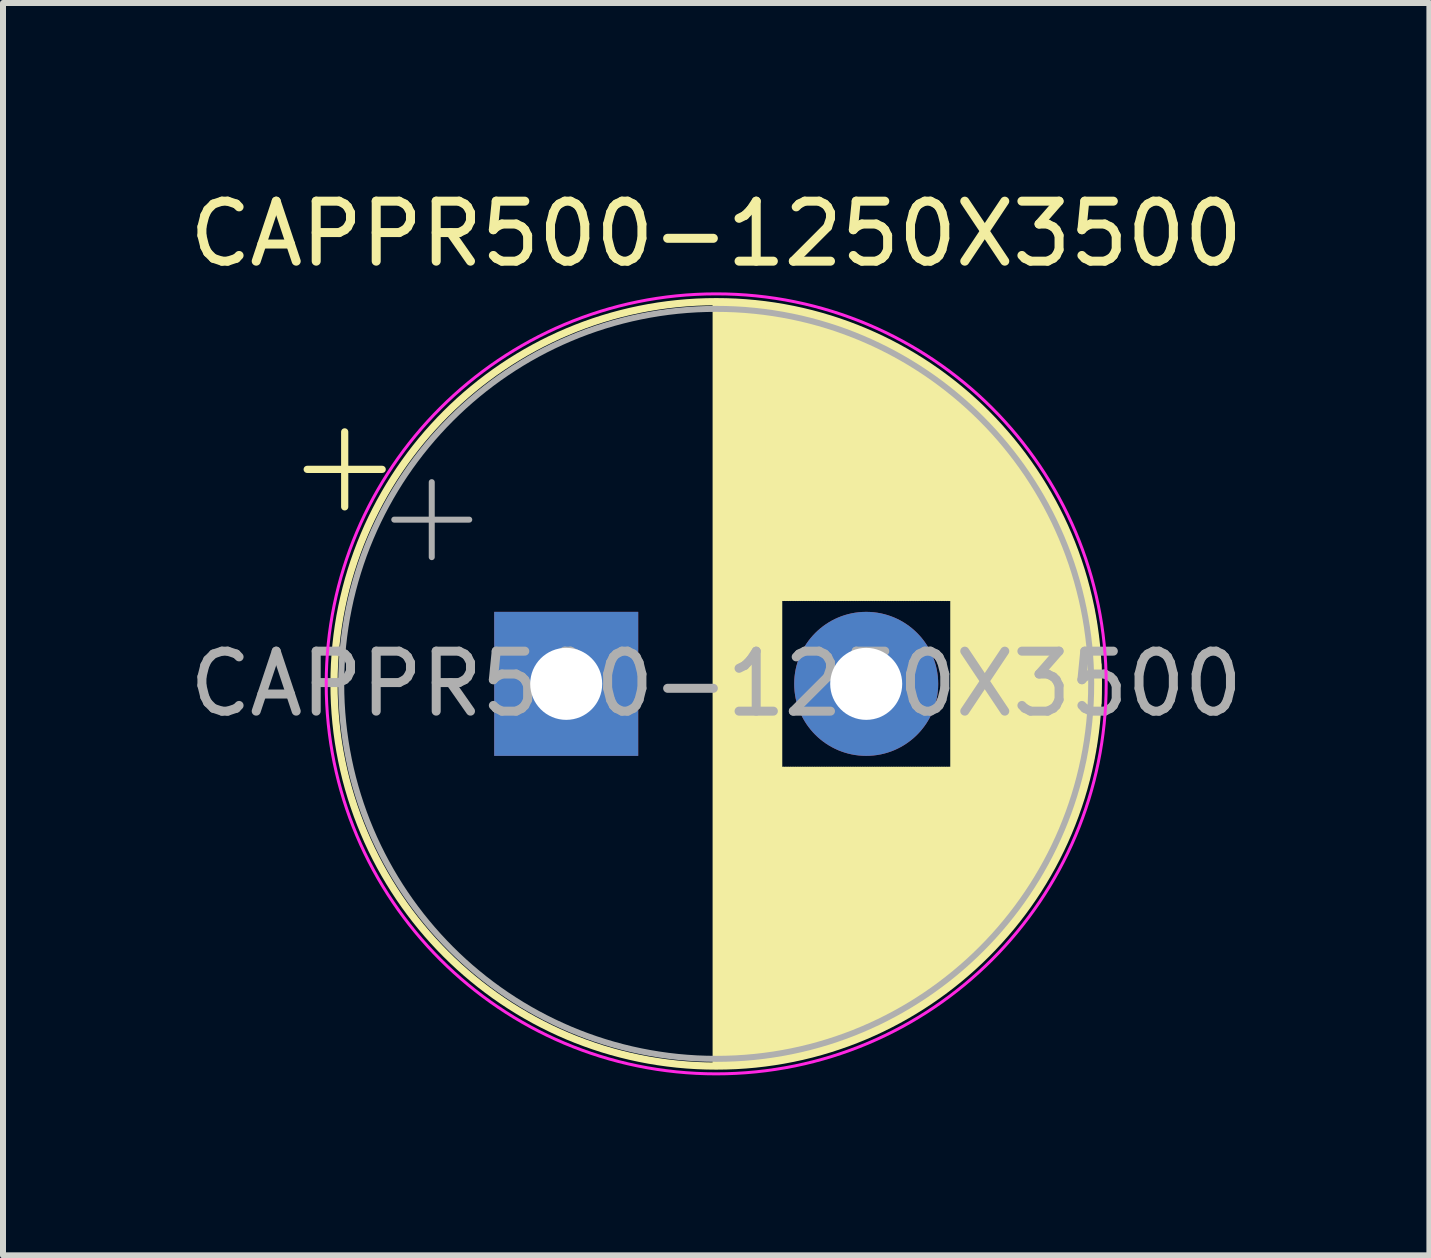
<source format=kicad_pcb>
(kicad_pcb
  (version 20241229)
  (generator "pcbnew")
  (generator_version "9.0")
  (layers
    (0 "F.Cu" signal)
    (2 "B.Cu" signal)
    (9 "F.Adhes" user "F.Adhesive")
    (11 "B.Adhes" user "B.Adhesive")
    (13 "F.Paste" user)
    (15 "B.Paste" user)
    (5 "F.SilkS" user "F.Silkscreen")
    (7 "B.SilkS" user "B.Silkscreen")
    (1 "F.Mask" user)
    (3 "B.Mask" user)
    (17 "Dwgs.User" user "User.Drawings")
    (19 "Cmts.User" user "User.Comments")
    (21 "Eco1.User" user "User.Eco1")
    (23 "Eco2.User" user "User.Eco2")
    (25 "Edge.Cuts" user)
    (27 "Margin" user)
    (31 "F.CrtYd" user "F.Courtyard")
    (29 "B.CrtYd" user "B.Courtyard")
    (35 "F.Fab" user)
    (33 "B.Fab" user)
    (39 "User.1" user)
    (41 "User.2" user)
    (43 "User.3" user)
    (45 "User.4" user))
  (footprint "CAPPR500-1250X3500"
    (layer "F.Cu")
    (at 6.387 8.348)
    (property "Reference" "CAPPR500-1250X3500" (at 2.5 -7.5 0) (layer "F.SilkS") (effects (font (size 1 1) (thickness 0.15))))
    (attr through_hole)
    (fp_line (start -4.317 -3.575) (end -3.067 -3.575) (stroke (width 0.12) (type solid)) (layer "F.SilkS"))
    (fp_line (start -3.692 -4.2) (end -3.692 -2.95) (stroke (width 0.12) (type solid)) (layer "F.SilkS"))
    (fp_line (start 2.5 -6.33) (end 2.5 6.33) (stroke (width 0.12) (type solid)) (layer "F.SilkS"))
    (fp_line (start 2.54 -6.33) (end 2.54 6.33) (stroke (width 0.12) (type solid)) (layer "F.SilkS"))
    (fp_line (start 2.58 -6.33) (end 2.58 6.33) (stroke (width 0.12) (type solid)) (layer "F.SilkS"))
    (fp_line (start 2.62 -6.329) (end 2.62 6.329) (stroke (width 0.12) (type solid)) (layer "F.SilkS"))
    (fp_line (start 2.66 -6.328) (end 2.66 6.328) (stroke (width 0.12) (type solid)) (layer "F.SilkS"))
    (fp_line (start 2.7 -6.327) (end 2.7 6.327) (stroke (width 0.12) (type solid)) (layer "F.SilkS"))
    (fp_line (start 2.74 -6.326) (end 2.74 6.326) (stroke (width 0.12) (type solid)) (layer "F.SilkS"))
    (fp_line (start 2.78 -6.324) (end 2.78 6.324) (stroke (width 0.12) (type solid)) (layer "F.SilkS"))
    (fp_line (start 2.82 -6.322) (end 2.82 6.322) (stroke (width 0.12) (type solid)) (layer "F.SilkS"))
    (fp_line (start 2.86 -6.32) (end 2.86 6.32) (stroke (width 0.12) (type solid)) (layer "F.SilkS"))
    (fp_line (start 2.9 -6.318) (end 2.9 6.318) (stroke (width 0.12) (type solid)) (layer "F.SilkS"))
    (fp_line (start 2.94 -6.315) (end 2.94 6.315) (stroke (width 0.12) (type solid)) (layer "F.SilkS"))
    (fp_line (start 2.98 -6.312) (end 2.98 6.312) (stroke (width 0.12) (type solid)) (layer "F.SilkS"))
    (fp_line (start 3.02 -6.309) (end 3.02 6.309) (stroke (width 0.12) (type solid)) (layer "F.SilkS"))
    (fp_line (start 3.06 -6.306) (end 3.06 6.306) (stroke (width 0.12) (type solid)) (layer "F.SilkS"))
    (fp_line (start 3.1 -6.302) (end 3.1 6.302) (stroke (width 0.12) (type solid)) (layer "F.SilkS"))
    (fp_line (start 3.14 -6.298) (end 3.14 6.298) (stroke (width 0.12) (type solid)) (layer "F.SilkS"))
    (fp_line (start 3.18 -6.294) (end 3.18 6.294) (stroke (width 0.12) (type solid)) (layer "F.SilkS"))
    (fp_line (start 3.221 -6.29) (end 3.221 6.29) (stroke (width 0.12) (type solid)) (layer "F.SilkS"))
    (fp_line (start 3.261 -6.285) (end 3.261 6.285) (stroke (width 0.12) (type solid)) (layer "F.SilkS"))
    (fp_line (start 3.301 -6.28) (end 3.301 6.28) (stroke (width 0.12) (type solid)) (layer "F.SilkS"))
    (fp_line (start 3.341 -6.275) (end 3.341 6.275) (stroke (width 0.12) (type solid)) (layer "F.SilkS"))
    (fp_line (start 3.381 -6.269) (end 3.381 6.269) (stroke (width 0.12) (type solid)) (layer "F.SilkS"))
    (fp_line (start 3.421 -6.264) (end 3.421 6.264) (stroke (width 0.12) (type solid)) (layer "F.SilkS"))
    (fp_line (start 3.461 -6.258) (end 3.461 6.258) (stroke (width 0.12) (type solid)) (layer "F.SilkS"))
    (fp_line (start 3.501 -6.252) (end 3.501 6.252) (stroke (width 0.12) (type solid)) (layer "F.SilkS"))
    (fp_line (start 3.541 -6.245) (end 3.541 6.245) (stroke (width 0.12) (type solid)) (layer "F.SilkS"))
    (fp_line (start 3.581 -6.238) (end 3.581 -1.44) (stroke (width 0.12) (type solid)) (layer "F.SilkS"))
    (fp_line (start 3.581 1.44) (end 3.581 6.238) (stroke (width 0.12) (type solid)) (layer "F.SilkS"))
    (fp_line (start 3.621 -6.231) (end 3.621 -1.44) (stroke (width 0.12) (type solid)) (layer "F.SilkS"))
    (fp_line (start 3.621 1.44) (end 3.621 6.231) (stroke (width 0.12) (type solid)) (layer "F.SilkS"))
    (fp_line (start 3.661 -6.224) (end 3.661 -1.44) (stroke (width 0.12) (type solid)) (layer "F.SilkS"))
    (fp_line (start 3.661 1.44) (end 3.661 6.224) (stroke (width 0.12) (type solid)) (layer "F.SilkS"))
    (fp_line (start 3.701 -6.216) (end 3.701 -1.44) (stroke (width 0.12) (type solid)) (layer "F.SilkS"))
    (fp_line (start 3.701 1.44) (end 3.701 6.216) (stroke (width 0.12) (type solid)) (layer "F.SilkS"))
    (fp_line (start 3.741 -6.209) (end 3.741 -1.44) (stroke (width 0.12) (type solid)) (layer "F.SilkS"))
    (fp_line (start 3.741 1.44) (end 3.741 6.209) (stroke (width 0.12) (type solid)) (layer "F.SilkS"))
    (fp_line (start 3.781 -6.201) (end 3.781 -1.44) (stroke (width 0.12) (type solid)) (layer "F.SilkS"))
    (fp_line (start 3.781 1.44) (end 3.781 6.201) (stroke (width 0.12) (type solid)) (layer "F.SilkS"))
    (fp_line (start 3.821 -6.192) (end 3.821 -1.44) (stroke (width 0.12) (type solid)) (layer "F.SilkS"))
    (fp_line (start 3.821 1.44) (end 3.821 6.192) (stroke (width 0.12) (type solid)) (layer "F.SilkS"))
    (fp_line (start 3.861 -6.184) (end 3.861 -1.44) (stroke (width 0.12) (type solid)) (layer "F.SilkS"))
    (fp_line (start 3.861 1.44) (end 3.861 6.184) (stroke (width 0.12) (type solid)) (layer "F.SilkS"))
    (fp_line (start 3.901 -6.175) (end 3.901 -1.44) (stroke (width 0.12) (type solid)) (layer "F.SilkS"))
    (fp_line (start 3.901 1.44) (end 3.901 6.175) (stroke (width 0.12) (type solid)) (layer "F.SilkS"))
    (fp_line (start 3.941 -6.166) (end 3.941 -1.44) (stroke (width 0.12) (type solid)) (layer "F.SilkS"))
    (fp_line (start 3.941 1.44) (end 3.941 6.166) (stroke (width 0.12) (type solid)) (layer "F.SilkS"))
    (fp_line (start 3.981 -6.156) (end 3.981 -1.44) (stroke (width 0.12) (type solid)) (layer "F.SilkS"))
    (fp_line (start 3.981 1.44) (end 3.981 6.156) (stroke (width 0.12) (type solid)) (layer "F.SilkS"))
    (fp_line (start 4.021 -6.146) (end 4.021 -1.44) (stroke (width 0.12) (type solid)) (layer "F.SilkS"))
    (fp_line (start 4.021 1.44) (end 4.021 6.146) (stroke (width 0.12) (type solid)) (layer "F.SilkS"))
    (fp_line (start 4.061 -6.137) (end 4.061 -1.44) (stroke (width 0.12) (type solid)) (layer "F.SilkS"))
    (fp_line (start 4.061 1.44) (end 4.061 6.137) (stroke (width 0.12) (type solid)) (layer "F.SilkS"))
    (fp_line (start 4.101 -6.126) (end 4.101 -1.44) (stroke (width 0.12) (type solid)) (layer "F.SilkS"))
    (fp_line (start 4.101 1.44) (end 4.101 6.126) (stroke (width 0.12) (type solid)) (layer "F.SilkS"))
    (fp_line (start 4.141 -6.116) (end 4.141 -1.44) (stroke (width 0.12) (type solid)) (layer "F.SilkS"))
    (fp_line (start 4.141 1.44) (end 4.141 6.116) (stroke (width 0.12) (type solid)) (layer "F.SilkS"))
    (fp_line (start 4.181 -6.105) (end 4.181 -1.44) (stroke (width 0.12) (type solid)) (layer "F.SilkS"))
    (fp_line (start 4.181 1.44) (end 4.181 6.105) (stroke (width 0.12) (type solid)) (layer "F.SilkS"))
    (fp_line (start 4.221 -6.094) (end 4.221 -1.44) (stroke (width 0.12) (type solid)) (layer "F.SilkS"))
    (fp_line (start 4.221 1.44) (end 4.221 6.094) (stroke (width 0.12) (type solid)) (layer "F.SilkS"))
    (fp_line (start 4.261 -6.083) (end 4.261 -1.44) (stroke (width 0.12) (type solid)) (layer "F.SilkS"))
    (fp_line (start 4.261 1.44) (end 4.261 6.083) (stroke (width 0.12) (type solid)) (layer "F.SilkS"))
    (fp_line (start 4.301 -6.071) (end 4.301 -1.44) (stroke (width 0.12) (type solid)) (layer "F.SilkS"))
    (fp_line (start 4.301 1.44) (end 4.301 6.071) (stroke (width 0.12) (type solid)) (layer "F.SilkS"))
    (fp_line (start 4.341 -6.059) (end 4.341 -1.44) (stroke (width 0.12) (type solid)) (layer "F.SilkS"))
    (fp_line (start 4.341 1.44) (end 4.341 6.059) (stroke (width 0.12) (type solid)) (layer "F.SilkS"))
    (fp_line (start 4.381 -6.047) (end 4.381 -1.44) (stroke (width 0.12) (type solid)) (layer "F.SilkS"))
    (fp_line (start 4.381 1.44) (end 4.381 6.047) (stroke (width 0.12) (type solid)) (layer "F.SilkS"))
    (fp_line (start 4.421 -6.034) (end 4.421 -1.44) (stroke (width 0.12) (type solid)) (layer "F.SilkS"))
    (fp_line (start 4.421 1.44) (end 4.421 6.034) (stroke (width 0.12) (type solid)) (layer "F.SilkS"))
    (fp_line (start 4.461 -6.021) (end 4.461 -1.44) (stroke (width 0.12) (type solid)) (layer "F.SilkS"))
    (fp_line (start 4.461 1.44) (end 4.461 6.021) (stroke (width 0.12) (type solid)) (layer "F.SilkS"))
    (fp_line (start 4.501 -6.008) (end 4.501 -1.44) (stroke (width 0.12) (type solid)) (layer "F.SilkS"))
    (fp_line (start 4.501 1.44) (end 4.501 6.008) (stroke (width 0.12) (type solid)) (layer "F.SilkS"))
    (fp_line (start 4.541 -5.995) (end 4.541 -1.44) (stroke (width 0.12) (type solid)) (layer "F.SilkS"))
    (fp_line (start 4.541 1.44) (end 4.541 5.995) (stroke (width 0.12) (type solid)) (layer "F.SilkS"))
    (fp_line (start 4.581 -5.981) (end 4.581 -1.44) (stroke (width 0.12) (type solid)) (layer "F.SilkS"))
    (fp_line (start 4.581 1.44) (end 4.581 5.981) (stroke (width 0.12) (type solid)) (layer "F.SilkS"))
    (fp_line (start 4.621 -5.967) (end 4.621 -1.44) (stroke (width 0.12) (type solid)) (layer "F.SilkS"))
    (fp_line (start 4.621 1.44) (end 4.621 5.967) (stroke (width 0.12) (type solid)) (layer "F.SilkS"))
    (fp_line (start 4.661 -5.953) (end 4.661 -1.44) (stroke (width 0.12) (type solid)) (layer "F.SilkS"))
    (fp_line (start 4.661 1.44) (end 4.661 5.953) (stroke (width 0.12) (type solid)) (layer "F.SilkS"))
    (fp_line (start 4.701 -5.939) (end 4.701 -1.44) (stroke (width 0.12) (type solid)) (layer "F.SilkS"))
    (fp_line (start 4.701 1.44) (end 4.701 5.939) (stroke (width 0.12) (type solid)) (layer "F.SilkS"))
    (fp_line (start 4.741 -5.924) (end 4.741 -1.44) (stroke (width 0.12) (type solid)) (layer "F.SilkS"))
    (fp_line (start 4.741 1.44) (end 4.741 5.924) (stroke (width 0.12) (type solid)) (layer "F.SilkS"))
    (fp_line (start 4.781 -5.908) (end 4.781 -1.44) (stroke (width 0.12) (type solid)) (layer "F.SilkS"))
    (fp_line (start 4.781 1.44) (end 4.781 5.908) (stroke (width 0.12) (type solid)) (layer "F.SilkS"))
    (fp_line (start 4.821 -5.893) (end 4.821 -1.44) (stroke (width 0.12) (type solid)) (layer "F.SilkS"))
    (fp_line (start 4.821 1.44) (end 4.821 5.893) (stroke (width 0.12) (type solid)) (layer "F.SilkS"))
    (fp_line (start 4.861 -5.877) (end 4.861 -1.44) (stroke (width 0.12) (type solid)) (layer "F.SilkS"))
    (fp_line (start 4.861 1.44) (end 4.861 5.877) (stroke (width 0.12) (type solid)) (layer "F.SilkS"))
    (fp_line (start 4.901 -5.861) (end 4.901 -1.44) (stroke (width 0.12) (type solid)) (layer "F.SilkS"))
    (fp_line (start 4.901 1.44) (end 4.901 5.861) (stroke (width 0.12) (type solid)) (layer "F.SilkS"))
    (fp_line (start 4.941 -5.845) (end 4.941 -1.44) (stroke (width 0.12) (type solid)) (layer "F.SilkS"))
    (fp_line (start 4.941 1.44) (end 4.941 5.845) (stroke (width 0.12) (type solid)) (layer "F.SilkS"))
    (fp_line (start 4.981 -5.828) (end 4.981 -1.44) (stroke (width 0.12) (type solid)) (layer "F.SilkS"))
    (fp_line (start 4.981 1.44) (end 4.981 5.828) (stroke (width 0.12) (type solid)) (layer "F.SilkS"))
    (fp_line (start 5.021 -5.811) (end 5.021 -1.44) (stroke (width 0.12) (type solid)) (layer "F.SilkS"))
    (fp_line (start 5.021 1.44) (end 5.021 5.811) (stroke (width 0.12) (type solid)) (layer "F.SilkS"))
    (fp_line (start 5.061 -5.793) (end 5.061 -1.44) (stroke (width 0.12) (type solid)) (layer "F.SilkS"))
    (fp_line (start 5.061 1.44) (end 5.061 5.793) (stroke (width 0.12) (type solid)) (layer "F.SilkS"))
    (fp_line (start 5.101 -5.776) (end 5.101 -1.44) (stroke (width 0.12) (type solid)) (layer "F.SilkS"))
    (fp_line (start 5.101 1.44) (end 5.101 5.776) (stroke (width 0.12) (type solid)) (layer "F.SilkS"))
    (fp_line (start 5.141 -5.758) (end 5.141 -1.44) (stroke (width 0.12) (type solid)) (layer "F.SilkS"))
    (fp_line (start 5.141 1.44) (end 5.141 5.758) (stroke (width 0.12) (type solid)) (layer "F.SilkS"))
    (fp_line (start 5.181 -5.739) (end 5.181 -1.44) (stroke (width 0.12) (type solid)) (layer "F.SilkS"))
    (fp_line (start 5.181 1.44) (end 5.181 5.739) (stroke (width 0.12) (type solid)) (layer "F.SilkS"))
    (fp_line (start 5.221 -5.721) (end 5.221 -1.44) (stroke (width 0.12) (type solid)) (layer "F.SilkS"))
    (fp_line (start 5.221 1.44) (end 5.221 5.721) (stroke (width 0.12) (type solid)) (layer "F.SilkS"))
    (fp_line (start 5.261 -5.702) (end 5.261 -1.44) (stroke (width 0.12) (type solid)) (layer "F.SilkS"))
    (fp_line (start 5.261 1.44) (end 5.261 5.702) (stroke (width 0.12) (type solid)) (layer "F.SilkS"))
    (fp_line (start 5.301 -5.682) (end 5.301 -1.44) (stroke (width 0.12) (type solid)) (layer "F.SilkS"))
    (fp_line (start 5.301 1.44) (end 5.301 5.682) (stroke (width 0.12) (type solid)) (layer "F.SilkS"))
    (fp_line (start 5.341 -5.662) (end 5.341 -1.44) (stroke (width 0.12) (type solid)) (layer "F.SilkS"))
    (fp_line (start 5.341 1.44) (end 5.341 5.662) (stroke (width 0.12) (type solid)) (layer "F.SilkS"))
    (fp_line (start 5.381 -5.642) (end 5.381 -1.44) (stroke (width 0.12) (type solid)) (layer "F.SilkS"))
    (fp_line (start 5.381 1.44) (end 5.381 5.642) (stroke (width 0.12) (type solid)) (layer "F.SilkS"))
    (fp_line (start 5.421 -5.622) (end 5.421 -1.44) (stroke (width 0.12) (type solid)) (layer "F.SilkS"))
    (fp_line (start 5.421 1.44) (end 5.421 5.622) (stroke (width 0.12) (type solid)) (layer "F.SilkS"))
    (fp_line (start 5.461 -5.601) (end 5.461 -1.44) (stroke (width 0.12) (type solid)) (layer "F.SilkS"))
    (fp_line (start 5.461 1.44) (end 5.461 5.601) (stroke (width 0.12) (type solid)) (layer "F.SilkS"))
    (fp_line (start 5.501 -5.58) (end 5.501 -1.44) (stroke (width 0.12) (type solid)) (layer "F.SilkS"))
    (fp_line (start 5.501 1.44) (end 5.501 5.58) (stroke (width 0.12) (type solid)) (layer "F.SilkS"))
    (fp_line (start 5.541 -5.558) (end 5.541 -1.44) (stroke (width 0.12) (type solid)) (layer "F.SilkS"))
    (fp_line (start 5.541 1.44) (end 5.541 5.558) (stroke (width 0.12) (type solid)) (layer "F.SilkS"))
    (fp_line (start 5.581 -5.536) (end 5.581 -1.44) (stroke (width 0.12) (type solid)) (layer "F.SilkS"))
    (fp_line (start 5.581 1.44) (end 5.581 5.536) (stroke (width 0.12) (type solid)) (layer "F.SilkS"))
    (fp_line (start 5.621 -5.514) (end 5.621 -1.44) (stroke (width 0.12) (type solid)) (layer "F.SilkS"))
    (fp_line (start 5.621 1.44) (end 5.621 5.514) (stroke (width 0.12) (type solid)) (layer "F.SilkS"))
    (fp_line (start 5.661 -5.491) (end 5.661 -1.44) (stroke (width 0.12) (type solid)) (layer "F.SilkS"))
    (fp_line (start 5.661 1.44) (end 5.661 5.491) (stroke (width 0.12) (type solid)) (layer "F.SilkS"))
    (fp_line (start 5.701 -5.468) (end 5.701 -1.44) (stroke (width 0.12) (type solid)) (layer "F.SilkS"))
    (fp_line (start 5.701 1.44) (end 5.701 5.468) (stroke (width 0.12) (type solid)) (layer "F.SilkS"))
    (fp_line (start 5.741 -5.445) (end 5.741 -1.44) (stroke (width 0.12) (type solid)) (layer "F.SilkS"))
    (fp_line (start 5.741 1.44) (end 5.741 5.445) (stroke (width 0.12) (type solid)) (layer "F.SilkS"))
    (fp_line (start 5.781 -5.421) (end 5.781 -1.44) (stroke (width 0.12) (type solid)) (layer "F.SilkS"))
    (fp_line (start 5.781 1.44) (end 5.781 5.421) (stroke (width 0.12) (type solid)) (layer "F.SilkS"))
    (fp_line (start 5.821 -5.397) (end 5.821 -1.44) (stroke (width 0.12) (type solid)) (layer "F.SilkS"))
    (fp_line (start 5.821 1.44) (end 5.821 5.397) (stroke (width 0.12) (type solid)) (layer "F.SilkS"))
    (fp_line (start 5.861 -5.372) (end 5.861 -1.44) (stroke (width 0.12) (type solid)) (layer "F.SilkS"))
    (fp_line (start 5.861 1.44) (end 5.861 5.372) (stroke (width 0.12) (type solid)) (layer "F.SilkS"))
    (fp_line (start 5.901 -5.347) (end 5.901 -1.44) (stroke (width 0.12) (type solid)) (layer "F.SilkS"))
    (fp_line (start 5.901 1.44) (end 5.901 5.347) (stroke (width 0.12) (type solid)) (layer "F.SilkS"))
    (fp_line (start 5.941 -5.322) (end 5.941 -1.44) (stroke (width 0.12) (type solid)) (layer "F.SilkS"))
    (fp_line (start 5.941 1.44) (end 5.941 5.322) (stroke (width 0.12) (type solid)) (layer "F.SilkS"))
    (fp_line (start 5.981 -5.296) (end 5.981 -1.44) (stroke (width 0.12) (type solid)) (layer "F.SilkS"))
    (fp_line (start 5.981 1.44) (end 5.981 5.296) (stroke (width 0.12) (type solid)) (layer "F.SilkS"))
    (fp_line (start 6.021 -5.27) (end 6.021 -1.44) (stroke (width 0.12) (type solid)) (layer "F.SilkS"))
    (fp_line (start 6.021 1.44) (end 6.021 5.27) (stroke (width 0.12) (type solid)) (layer "F.SilkS"))
    (fp_line (start 6.061 -5.243) (end 6.061 -1.44) (stroke (width 0.12) (type solid)) (layer "F.SilkS"))
    (fp_line (start 6.061 1.44) (end 6.061 5.243) (stroke (width 0.12) (type solid)) (layer "F.SilkS"))
    (fp_line (start 6.101 -5.216) (end 6.101 -1.44) (stroke (width 0.12) (type solid)) (layer "F.SilkS"))
    (fp_line (start 6.101 1.44) (end 6.101 5.216) (stroke (width 0.12) (type solid)) (layer "F.SilkS"))
    (fp_line (start 6.141 -5.188) (end 6.141 -1.44) (stroke (width 0.12) (type solid)) (layer "F.SilkS"))
    (fp_line (start 6.141 1.44) (end 6.141 5.188) (stroke (width 0.12) (type solid)) (layer "F.SilkS"))
    (fp_line (start 6.181 -5.16) (end 6.181 -1.44) (stroke (width 0.12) (type solid)) (layer "F.SilkS"))
    (fp_line (start 6.181 1.44) (end 6.181 5.16) (stroke (width 0.12) (type solid)) (layer "F.SilkS"))
    (fp_line (start 6.221 -5.131) (end 6.221 -1.44) (stroke (width 0.12) (type solid)) (layer "F.SilkS"))
    (fp_line (start 6.221 1.44) (end 6.221 5.131) (stroke (width 0.12) (type solid)) (layer "F.SilkS"))
    (fp_line (start 6.261 -5.102) (end 6.261 -1.44) (stroke (width 0.12) (type solid)) (layer "F.SilkS"))
    (fp_line (start 6.261 1.44) (end 6.261 5.102) (stroke (width 0.12) (type solid)) (layer "F.SilkS"))
    (fp_line (start 6.301 -5.073) (end 6.301 -1.44) (stroke (width 0.12) (type solid)) (layer "F.SilkS"))
    (fp_line (start 6.301 1.44) (end 6.301 5.073) (stroke (width 0.12) (type solid)) (layer "F.SilkS"))
    (fp_line (start 6.341 -5.043) (end 6.341 -1.44) (stroke (width 0.12) (type solid)) (layer "F.SilkS"))
    (fp_line (start 6.341 1.44) (end 6.341 5.043) (stroke (width 0.12) (type solid)) (layer "F.SilkS"))
    (fp_line (start 6.381 -5.012) (end 6.381 -1.44) (stroke (width 0.12) (type solid)) (layer "F.SilkS"))
    (fp_line (start 6.381 1.44) (end 6.381 5.012) (stroke (width 0.12) (type solid)) (layer "F.SilkS"))
    (fp_line (start 6.421 -4.982) (end 6.421 -1.44) (stroke (width 0.12) (type solid)) (layer "F.SilkS"))
    (fp_line (start 6.421 1.44) (end 6.421 4.982) (stroke (width 0.12) (type solid)) (layer "F.SilkS"))
    (fp_line (start 6.461 -4.95) (end 6.461 4.95) (stroke (width 0.12) (type solid)) (layer "F.SilkS"))
    (fp_line (start 6.501 -4.918) (end 6.501 4.918) (stroke (width 0.12) (type solid)) (layer "F.SilkS"))
    (fp_line (start 6.541 -4.885) (end 6.541 4.885) (stroke (width 0.12) (type solid)) (layer "F.SilkS"))
    (fp_line (start 6.581 -4.852) (end 6.581 4.852) (stroke (width 0.12) (type solid)) (layer "F.SilkS"))
    (fp_line (start 6.621 -4.819) (end 6.621 4.819) (stroke (width 0.12) (type solid)) (layer "F.SilkS"))
    (fp_line (start 6.661 -4.785) (end 6.661 4.785) (stroke (width 0.12) (type solid)) (layer "F.SilkS"))
    (fp_line (start 6.701 -4.75) (end 6.701 4.75) (stroke (width 0.12) (type solid)) (layer "F.SilkS"))
    (fp_line (start 6.741 -4.714) (end 6.741 4.714) (stroke (width 0.12) (type solid)) (layer "F.SilkS"))
    (fp_line (start 6.781 -4.678) (end 6.781 4.678) (stroke (width 0.12) (type solid)) (layer "F.SilkS"))
    (fp_line (start 6.821 -4.642) (end 6.821 4.642) (stroke (width 0.12) (type solid)) (layer "F.SilkS"))
    (fp_line (start 6.861 -4.605) (end 6.861 4.605) (stroke (width 0.12) (type solid)) (layer "F.SilkS"))
    (fp_line (start 6.901 -4.567) (end 6.901 4.567) (stroke (width 0.12) (type solid)) (layer "F.SilkS"))
    (fp_line (start 6.941 -4.528) (end 6.941 4.528) (stroke (width 0.12) (type solid)) (layer "F.SilkS"))
    (fp_line (start 6.981 -4.489) (end 6.981 4.489) (stroke (width 0.12) (type solid)) (layer "F.SilkS"))
    (fp_line (start 7.021 -4.449) (end 7.021 4.449) (stroke (width 0.12) (type solid)) (layer "F.SilkS"))
    (fp_line (start 7.061 -4.408) (end 7.061 4.408) (stroke (width 0.12) (type solid)) (layer "F.SilkS"))
    (fp_line (start 7.101 -4.367) (end 7.101 4.367) (stroke (width 0.12) (type solid)) (layer "F.SilkS"))
    (fp_line (start 7.141 -4.325) (end 7.141 4.325) (stroke (width 0.12) (type solid)) (layer "F.SilkS"))
    (fp_line (start 7.181 -4.282) (end 7.181 4.282) (stroke (width 0.12) (type solid)) (layer "F.SilkS"))
    (fp_line (start 7.221 -4.238) (end 7.221 4.238) (stroke (width 0.12) (type solid)) (layer "F.SilkS"))
    (fp_line (start 7.261 -4.194) (end 7.261 4.194) (stroke (width 0.12) (type solid)) (layer "F.SilkS"))
    (fp_line (start 7.301 -4.148) (end 7.301 4.148) (stroke (width 0.12) (type solid)) (layer "F.SilkS"))
    (fp_line (start 7.341 -4.102) (end 7.341 4.102) (stroke (width 0.12) (type solid)) (layer "F.SilkS"))
    (fp_line (start 7.381 -4.055) (end 7.381 4.055) (stroke (width 0.12) (type solid)) (layer "F.SilkS"))
    (fp_line (start 7.421 -4.007) (end 7.421 4.007) (stroke (width 0.12) (type solid)) (layer "F.SilkS"))
    (fp_line (start 7.461 -3.957) (end 7.461 3.957) (stroke (width 0.12) (type solid)) (layer "F.SilkS"))
    (fp_line (start 7.501 -3.907) (end 7.501 3.907) (stroke (width 0.12) (type solid)) (layer "F.SilkS"))
    (fp_line (start 7.541 -3.856) (end 7.541 3.856) (stroke (width 0.12) (type solid)) (layer "F.SilkS"))
    (fp_line (start 7.581 -3.804) (end 7.581 3.804) (stroke (width 0.12) (type solid)) (layer "F.SilkS"))
    (fp_line (start 7.621 -3.75) (end 7.621 3.75) (stroke (width 0.12) (type solid)) (layer "F.SilkS"))
    (fp_line (start 7.661 -3.696) (end 7.661 3.696) (stroke (width 0.12) (type solid)) (layer "F.SilkS"))
    (fp_line (start 7.701 -3.64) (end 7.701 3.64) (stroke (width 0.12) (type solid)) (layer "F.SilkS"))
    (fp_line (start 7.741 -3.583) (end 7.741 3.583) (stroke (width 0.12) (type solid)) (layer "F.SilkS"))
    (fp_line (start 7.781 -3.524) (end 7.781 3.524) (stroke (width 0.12) (type solid)) (layer "F.SilkS"))
    (fp_line (start 7.821 -3.464) (end 7.821 3.464) (stroke (width 0.12) (type solid)) (layer "F.SilkS"))
    (fp_line (start 7.861 -3.402) (end 7.861 3.402) (stroke (width 0.12) (type solid)) (layer "F.SilkS"))
    (fp_line (start 7.901 -3.339) (end 7.901 3.339) (stroke (width 0.12) (type solid)) (layer "F.SilkS"))
    (fp_line (start 7.941 -3.275) (end 7.941 3.275) (stroke (width 0.12) (type solid)) (layer "F.SilkS"))
    (fp_line (start 7.981 -3.208) (end 7.981 3.208) (stroke (width 0.12) (type solid)) (layer "F.SilkS"))
    (fp_line (start 8.021 -3.14) (end 8.021 3.14) (stroke (width 0.12) (type solid)) (layer "F.SilkS"))
    (fp_line (start 8.061 -3.069) (end 8.061 3.069) (stroke (width 0.12) (type solid)) (layer "F.SilkS"))
    (fp_line (start 8.101 -2.996) (end 8.101 2.996) (stroke (width 0.12) (type solid)) (layer "F.SilkS"))
    (fp_line (start 8.141 -2.921) (end 8.141 2.921) (stroke (width 0.12) (type solid)) (layer "F.SilkS"))
    (fp_line (start 8.181 -2.844) (end 8.181 2.844) (stroke (width 0.12) (type solid)) (layer "F.SilkS"))
    (fp_line (start 8.221 -2.764) (end 8.221 2.764) (stroke (width 0.12) (type solid)) (layer "F.SilkS"))
    (fp_line (start 8.261 -2.681) (end 8.261 2.681) (stroke (width 0.12) (type solid)) (layer "F.SilkS"))
    (fp_line (start 8.301 -2.594) (end 8.301 2.594) (stroke (width 0.12) (type solid)) (layer "F.SilkS"))
    (fp_line (start 8.341 -2.504) (end 8.341 2.504) (stroke (width 0.12) (type solid)) (layer "F.SilkS"))
    (fp_line (start 8.381 -2.41) (end 8.381 2.41) (stroke (width 0.12) (type solid)) (layer "F.SilkS"))
    (fp_line (start 8.421 -2.312) (end 8.421 2.312) (stroke (width 0.12) (type solid)) (layer "F.SilkS"))
    (fp_line (start 8.461 -2.209) (end 8.461 2.209) (stroke (width 0.12) (type solid)) (layer "F.SilkS"))
    (fp_line (start 8.501 -2.1) (end 8.501 2.1) (stroke (width 0.12) (type solid)) (layer "F.SilkS"))
    (fp_line (start 8.541 -1.984) (end 8.541 1.984) (stroke (width 0.12) (type solid)) (layer "F.SilkS"))
    (fp_line (start 8.581 -1.861) (end 8.581 1.861) (stroke (width 0.12) (type solid)) (layer "F.SilkS"))
    (fp_line (start 8.621 -1.728) (end 8.621 1.728) (stroke (width 0.12) (type solid)) (layer "F.SilkS"))
    (fp_line (start 8.661 -1.583) (end 8.661 1.583) (stroke (width 0.12) (type solid)) (layer "F.SilkS"))
    (fp_line (start 8.701 -1.422) (end 8.701 1.422) (stroke (width 0.12) (type solid)) (layer "F.SilkS"))
    (fp_line (start 8.741 -1.241) (end 8.741 1.241) (stroke (width 0.12) (type solid)) (layer "F.SilkS"))
    (fp_line (start 8.781 -1.028) (end 8.781 1.028) (stroke (width 0.12) (type solid)) (layer "F.SilkS"))
    (fp_line (start 8.821 -0.757) (end 8.821 0.757) (stroke (width 0.12) (type solid)) (layer "F.SilkS"))
    (fp_line (start 8.861 -0.317) (end 8.861 0.317) (stroke (width 0.12) (type solid)) (layer "F.SilkS"))
    (fp_circle (center 2.5 0) (end 8.87 0) (stroke (width 0.12) (type solid)) (fill no) (layer "F.SilkS"))
    (fp_circle (center 2.5 0) (end 9 0) (stroke (width 0.05) (type solid)) (fill no) (layer "F.CrtYd"))
    (fp_line (start -2.866 -2.737) (end -1.616 -2.737) (stroke (width 0.1) (type solid)) (layer "F.Fab"))
    (fp_line (start -2.241 -3.362) (end -2.241 -2.112) (stroke (width 0.1) (type solid)) (layer "F.Fab"))
    (fp_circle (center 2.5 0) (end 8.75 0) (stroke (width 0.1) (type solid)) (fill no) (layer "F.Fab"))
    (fp_text user "${REFERENCE}" (at 2.5 0 0) (layer "F.Fab") (effects (font (size 1 1) (thickness 0.15))))
    (pad "1" thru_hole rect (at 0 0) (size 2.4 2.4) (drill 1.2) (layers "*.Cu" "*.Mask"))
    (pad "2" thru_hole circle (at 5 0) (size 2.4 2.4) (drill 1.2) (layers "*.Cu" "*.Mask")))
  (gr_rect
    (start -3 -3)
    (end 20.774 17.873)
    (stroke (width 0.1) (type default))
    (fill no)
    (layer "Edge.Cuts")))
</source>
